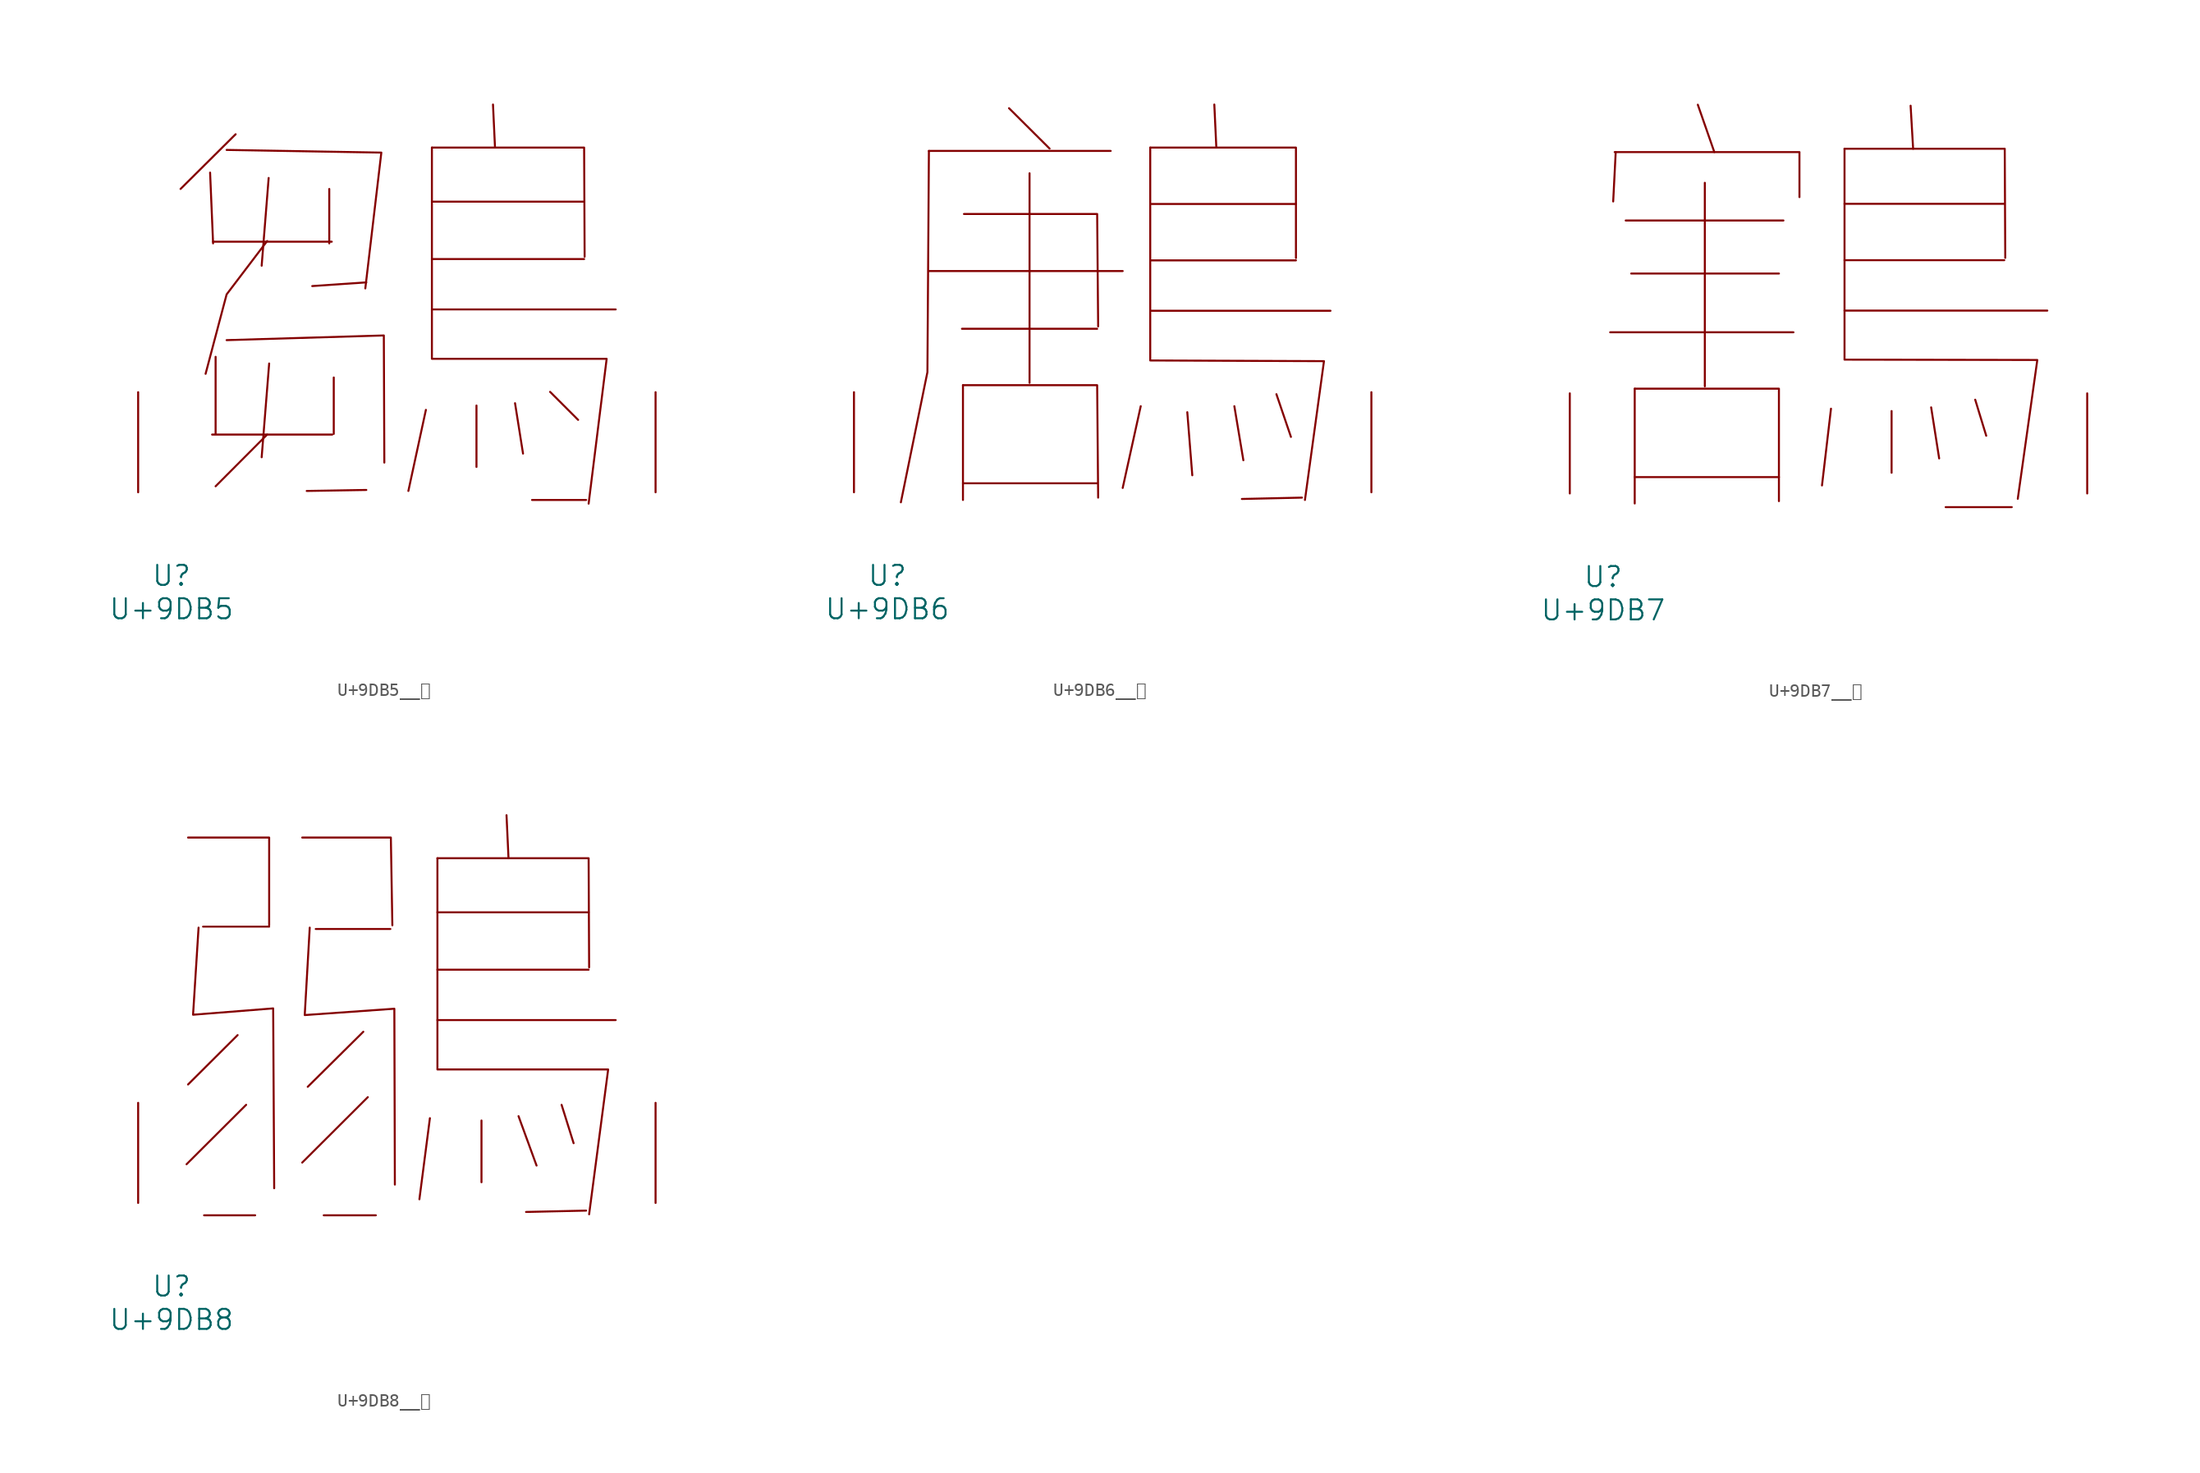
<source format=kicad_sym>
(kicad_symbol_lib
  (version 20231120)
  (generator "kicad_symbol_editor")
  (generator_version "8.0")
  (symbol "U+9DB5__鶵"
    (pin_names
      (offset 1.016))
    (property "Reference" "U"
      (at 0 -6.35 0)
      (effects (font (size 1.524 1.524))))
    (property "Value" "U+9DB5"
      (at 0 -8.89 0)
      (effects (font (size 1.524 1.524))))
    (symbol "U+9DB5__鶵_0_1"
      (polyline (pts (xy 2.934 24.333) (xy 3.162 18.948)) (stroke (width 0) (type solid)) (fill (type none)))
      (polyline (pts (xy 3.086 4.394) (xy 12.23 4.394)) (stroke (width 0) (type solid)) (fill (type none)))
      (polyline (pts (xy 3.162 19.075) (xy 12.192 19.075)) (stroke (width 0) (type solid)) (fill (type none)))
      (polyline (pts (xy 3.353 10.312) (xy 3.353 4.445)) (stroke (width 0) (type solid)) (fill (type none)))
      (polyline (pts (xy 4.877 27.254) (xy 0.686 23.089)) (stroke (width 0) (type solid)) (fill (type none)))
      (polyline (pts (xy 7.277 4.394) (xy 3.353 0.457)) (stroke (width 0) (type solid)) (fill (type none)))
      (polyline (pts (xy 7.391 23.927) (xy 6.858 17.247)) (stroke (width 0) (type solid)) (fill (type none)))
      (polyline (pts (xy 7.429 9.804) (xy 6.858 2.667)) (stroke (width 0) (type solid)) (fill (type none)))
      (polyline (pts (xy 12.002 23.089) (xy 12.002 18.948)) (stroke (width 0) (type solid)) (fill (type none)))
      (polyline (pts (xy 12.344 8.738) (xy 12.344 4.445)) (stroke (width 0) (type solid)) (fill (type none)))
      (polyline (pts (xy 14.821 0.178) (xy 10.287 0.102)) (stroke (width 0) (type solid)) (fill (type none)))
      (polyline (pts (xy 14.821 15.977) (xy 10.706 15.697)) (stroke (width 0) (type solid)) (fill (type none)))
      (polyline (pts (xy 19.355 6.274) (xy 18.021 0.102)) (stroke (width 0) (type solid)) (fill (type none)))
      (polyline (pts (xy 19.812 13.919) (xy 33.795 13.919)) (stroke (width 0) (type solid)) (fill (type none)))
      (polyline (pts (xy 19.812 17.755) (xy 31.394 17.755)) (stroke (width 0) (type solid)) (fill (type none)))
      (polyline (pts (xy 19.812 22.123) (xy 31.394 22.123)) (stroke (width 0) (type solid)) (fill (type none)))
      (polyline (pts (xy 23.203 6.604) (xy 23.203 1.93)) (stroke (width 0) (type solid)) (fill (type none)))
      (polyline (pts (xy 24.46 29.515) (xy 24.613 26.238)) (stroke (width 0) (type solid)) (fill (type none)))
      (polyline (pts (xy 26.137 6.782) (xy 26.746 2.946)) (stroke (width 0) (type solid)) (fill (type none)))
      (polyline (pts (xy 28.804 7.645) (xy 30.937 5.512)) (stroke (width 0) (type solid)) (fill (type none)))
      (polyline (pts (xy 31.547 -0.584) (xy 27.432 -0.584)) (stroke (width 0) (type solid)) (fill (type none)))
      (polyline (pts (xy 4.191 11.582) (xy 16.154 11.938) (xy 16.192 2.261)) (stroke (width 0) (type solid)) (fill (type none)))
      (polyline (pts (xy 4.191 26.06) (xy 15.964 25.857) (xy 14.745 15.519)) (stroke (width 0) (type solid)) (fill (type none)))
      (polyline (pts (xy 7.277 19.126) (xy 4.191 15.062) (xy 2.591 9.017)) (stroke (width 0) (type solid)) (fill (type none)))
      (polyline (pts (xy 19.812 26.238) (xy 31.394 26.238) (xy 31.433 17.932)) (stroke (width 0) (type solid)) (fill (type none)))
      (polyline (pts (xy 19.812 26.238) (xy 19.812 10.16) (xy 33.109 10.16) (xy 31.737 -0.864)) (stroke (width 0) (type solid)) (fill (type none)))
      (pin input line (at -2.54 0 90) (length 7.62) (name "~" (effects (font (size 1.27 1.27)))) (number "~" (effects (font (size 1.27 1.27)))))
      (pin input line (at 36.83 0 90) (length 7.62) (name "~" (effects (font (size 1.27 1.27)))) (number "~" (effects (font (size 1.27 1.27)))))))
  (symbol "U+9DB6__鶶"
    (pin_names
      (offset 1.016))
    (property "Reference" "U"
      (at 0 -6.35 0)
      (effects (font (size 1.524 1.524))))
    (property "Value" "U+9DB6"
      (at 0 -8.89 0)
      (effects (font (size 1.524 1.524))))
    (symbol "U+9DB6__鶶_0_1"
      (polyline (pts (xy 3.162 16.84) (xy 17.907 16.84)) (stroke (width 0) (type solid)) (fill (type none)))
      (polyline (pts (xy 3.162 25.984) (xy 16.993 25.984)) (stroke (width 0) (type solid)) (fill (type none)))
      (polyline (pts (xy 5.677 12.446) (xy 15.964 12.446)) (stroke (width 0) (type solid)) (fill (type none)))
      (polyline (pts (xy 5.753 0.686) (xy 15.964 0.686)) (stroke (width 0) (type solid)) (fill (type none)))
      (polyline (pts (xy 5.753 8.153) (xy 5.753 -0.584)) (stroke (width 0) (type solid)) (fill (type none)))
      (polyline (pts (xy 9.258 29.235) (xy 12.344 26.162)) (stroke (width 0) (type solid)) (fill (type none)))
      (polyline (pts (xy 10.82 24.282) (xy 10.82 8.331)) (stroke (width 0) (type solid)) (fill (type none)))
      (polyline (pts (xy 19.279 6.553) (xy 17.907 0.33)) (stroke (width 0) (type solid)) (fill (type none)))
      (polyline (pts (xy 20.003 13.818) (xy 33.718 13.818)) (stroke (width 0) (type solid)) (fill (type none)))
      (polyline (pts (xy 20.003 17.653) (xy 31.09 17.653)) (stroke (width 0) (type solid)) (fill (type none)))
      (polyline (pts (xy 20.003 21.946) (xy 31.09 21.946)) (stroke (width 0) (type solid)) (fill (type none)))
      (polyline (pts (xy 22.822 6.096) (xy 23.203 1.295)) (stroke (width 0) (type solid)) (fill (type none)))
      (polyline (pts (xy 24.879 29.515) (xy 25.032 26.238)) (stroke (width 0) (type solid)) (fill (type none)))
      (polyline (pts (xy 26.403 6.553) (xy 27.089 2.438)) (stroke (width 0) (type solid)) (fill (type none)))
      (polyline (pts (xy 29.604 7.468) (xy 30.709 4.216)) (stroke (width 0) (type solid)) (fill (type none)))
      (polyline (pts (xy 31.547 -0.406) (xy 26.975 -0.508)) (stroke (width 0) (type solid)) (fill (type none)))
      (polyline (pts (xy 3.162 25.984) (xy 3.048 9.144) (xy 1.029 -0.762)) (stroke (width 0) (type solid)) (fill (type none)))
      (polyline (pts (xy 5.753 8.153) (xy 15.964 8.153) (xy 16.04 -0.406)) (stroke (width 0) (type solid)) (fill (type none)))
      (polyline (pts (xy 5.829 21.184) (xy 15.964 21.184) (xy 16.04 12.624)) (stroke (width 0) (type solid)) (fill (type none)))
      (polyline (pts (xy 20.003 26.238) (xy 31.09 26.238) (xy 31.09 17.831)) (stroke (width 0) (type solid)) (fill (type none)))
      (polyline (pts (xy 20.003 26.238) (xy 20.003 10.033) (xy 33.223 9.982) (xy 31.775 -0.584)) (stroke (width 0) (type solid)) (fill (type none)))
      (pin input line (at -2.54 0 90) (length 7.62) (name "~" (effects (font (size 1.27 1.27)))) (number "~" (effects (font (size 1.27 1.27)))))
      (pin input line (at 36.83 0 90) (length 7.62) (name "~" (effects (font (size 1.27 1.27)))) (number "~" (effects (font (size 1.27 1.27)))))))
  (symbol "U+9DB7__鶷"
    (pin_names
      (offset 1.016))
    (property "Reference" "U"
      (at 0 -6.35 0)
      (effects (font (size 1.524 1.524))))
    (property "Value" "U+9DB7"
      (at 0 -8.89 0)
      (effects (font (size 1.524 1.524))))
    (symbol "U+9DB7__鶷_0_1"
      (polyline (pts (xy 0.533 12.268) (xy 14.478 12.268)) (stroke (width 0) (type solid)) (fill (type none)))
      (polyline (pts (xy 0.953 25.984) (xy 0.762 22.225)) (stroke (width 0) (type solid)) (fill (type none)))
      (polyline (pts (xy 1.714 20.777) (xy 13.716 20.777)) (stroke (width 0) (type solid)) (fill (type none)))
      (polyline (pts (xy 2.134 16.739) (xy 13.373 16.739)) (stroke (width 0) (type solid)) (fill (type none)))
      (polyline (pts (xy 2.4 1.245) (xy 13.373 1.245)) (stroke (width 0) (type solid)) (fill (type none)))
      (polyline (pts (xy 2.4 7.976) (xy 2.4 -0.762)) (stroke (width 0) (type solid)) (fill (type none)))
      (polyline (pts (xy 7.201 29.591) (xy 8.458 25.984)) (stroke (width 0) (type solid)) (fill (type none)))
      (polyline (pts (xy 7.734 23.647) (xy 7.734 8.153)) (stroke (width 0) (type solid)) (fill (type none)))
      (polyline (pts (xy 17.335 6.452) (xy 16.65 0.61)) (stroke (width 0) (type solid)) (fill (type none)))
      (polyline (pts (xy 18.364 13.919) (xy 33.795 13.919)) (stroke (width 0) (type solid)) (fill (type none)))
      (polyline (pts (xy 18.364 17.755) (xy 30.518 17.755)) (stroke (width 0) (type solid)) (fill (type none)))
      (polyline (pts (xy 18.364 22.047) (xy 30.518 22.047)) (stroke (width 0) (type solid)) (fill (type none)))
      (polyline (pts (xy 21.946 6.274) (xy 21.946 1.575)) (stroke (width 0) (type solid)) (fill (type none)))
      (polyline (pts (xy 23.393 29.515) (xy 23.584 26.238)) (stroke (width 0) (type solid)) (fill (type none)))
      (polyline (pts (xy 24.956 6.553) (xy 25.565 2.667)) (stroke (width 0) (type solid)) (fill (type none)))
      (polyline (pts (xy 26.06 -1.041) (xy 31.09 -1.041)) (stroke (width 0) (type solid)) (fill (type none)))
      (polyline (pts (xy 28.308 7.137) (xy 29.146 4.394)) (stroke (width 0) (type solid)) (fill (type none)))
      (polyline (pts (xy 0.876 25.984) (xy 14.935 25.984) (xy 14.935 22.555)) (stroke (width 0) (type solid)) (fill (type none)))
      (polyline (pts (xy 2.4 7.976) (xy 13.373 7.976) (xy 13.373 -0.584)) (stroke (width 0) (type solid)) (fill (type none)))
      (polyline (pts (xy 18.364 26.238) (xy 30.556 26.238) (xy 30.594 17.932)) (stroke (width 0) (type solid)) (fill (type none)))
      (polyline (pts (xy 18.364 26.238) (xy 18.364 10.185) (xy 33.033 10.16) (xy 31.547 -0.406)) (stroke (width 0) (type solid)) (fill (type none)))
      (pin input line (at -2.54 0 90) (length 7.62) (name "~" (effects (font (size 1.27 1.27)))) (number "~" (effects (font (size 1.27 1.27)))))
      (pin input line (at 36.83 0 90) (length 7.62) (name "~" (effects (font (size 1.27 1.27)))) (number "~" (effects (font (size 1.27 1.27)))))))
  (symbol "U+9DB8__鶸"
    (pin_names
      (offset 1.016))
    (property "Reference" "U"
      (at 0 -6.35 0)
      (effects (font (size 1.524 1.524))))
    (property "Value" "U+9DB8"
      (at 0 -8.89 0)
      (effects (font (size 1.524 1.524))))
    (symbol "U+9DB8__鶸_0_1"
      (polyline (pts (xy 2.4 21.031) (xy 7.429 21.031)) (stroke (width 0) (type solid)) (fill (type none)))
      (polyline (pts (xy 2.477 -0.94) (xy 6.363 -0.94)) (stroke (width 0) (type solid)) (fill (type none)))
      (polyline (pts (xy 5.029 12.776) (xy 1.257 9.017)) (stroke (width 0) (type solid)) (fill (type none)))
      (polyline (pts (xy 5.677 7.468) (xy 1.143 2.946)) (stroke (width 0) (type solid)) (fill (type none)))
      (polyline (pts (xy 10.973 20.853) (xy 16.65 20.853)) (stroke (width 0) (type solid)) (fill (type none)))
      (polyline (pts (xy 11.582 -0.94) (xy 15.545 -0.94)) (stroke (width 0) (type solid)) (fill (type none)))
      (polyline (pts (xy 14.592 13.03) (xy 10.363 8.839)) (stroke (width 0) (type solid)) (fill (type none)))
      (polyline (pts (xy 14.935 8.052) (xy 9.944 3.073)) (stroke (width 0) (type solid)) (fill (type none)))
      (polyline (pts (xy 19.66 6.452) (xy 18.86 0.279)) (stroke (width 0) (type solid)) (fill (type none)))
      (polyline (pts (xy 20.231 13.919) (xy 33.795 13.919)) (stroke (width 0) (type solid)) (fill (type none)))
      (polyline (pts (xy 20.231 17.755) (xy 31.737 17.755)) (stroke (width 0) (type solid)) (fill (type none)))
      (polyline (pts (xy 20.231 22.123) (xy 31.737 22.123)) (stroke (width 0) (type solid)) (fill (type none)))
      (polyline (pts (xy 23.584 6.274) (xy 23.584 1.575)) (stroke (width 0) (type solid)) (fill (type none)))
      (polyline (pts (xy 25.489 29.515) (xy 25.641 26.238)) (stroke (width 0) (type solid)) (fill (type none)))
      (polyline (pts (xy 26.403 6.604) (xy 27.775 2.845)) (stroke (width 0) (type solid)) (fill (type none)))
      (polyline (pts (xy 29.68 7.468) (xy 30.594 4.547)) (stroke (width 0) (type solid)) (fill (type none)))
      (polyline (pts (xy 31.547 -0.584) (xy 26.975 -0.686)) (stroke (width 0) (type solid)) (fill (type none)))
      (polyline (pts (xy 1.257 27.813) (xy 7.429 27.813) (xy 7.429 21.133)) (stroke (width 0) (type solid)) (fill (type none)))
      (polyline (pts (xy 9.944 27.813) (xy 16.688 27.813) (xy 16.802 21.133)) (stroke (width 0) (type solid)) (fill (type none)))
      (polyline (pts (xy 20.231 26.238) (xy 31.737 26.238) (xy 31.775 17.932)) (stroke (width 0) (type solid)) (fill (type none)))
      (polyline (pts (xy 2.057 20.955) (xy 1.638 14.326) (xy 7.734 14.808) (xy 7.811 1.118)) (stroke (width 0) (type solid)) (fill (type none)))
      (polyline (pts (xy 10.516 20.955) (xy 10.135 14.3) (xy 16.954 14.783) (xy 16.993 1.397)) (stroke (width 0) (type solid)) (fill (type none)))
      (polyline (pts (xy 20.231 26.238) (xy 20.231 10.16) (xy 33.223 10.16) (xy 31.775 -0.864)) (stroke (width 0) (type solid)) (fill (type none)))
      (pin input line (at -2.54 0 90) (length 7.62) (name "~" (effects (font (size 1.27 1.27)))) (number "~" (effects (font (size 1.27 1.27)))))
      (pin input line (at 36.83 0 90) (length 7.62) (name "~" (effects (font (size 1.27 1.27)))) (number "~" (effects (font (size 1.27 1.27))))))))
</source>
